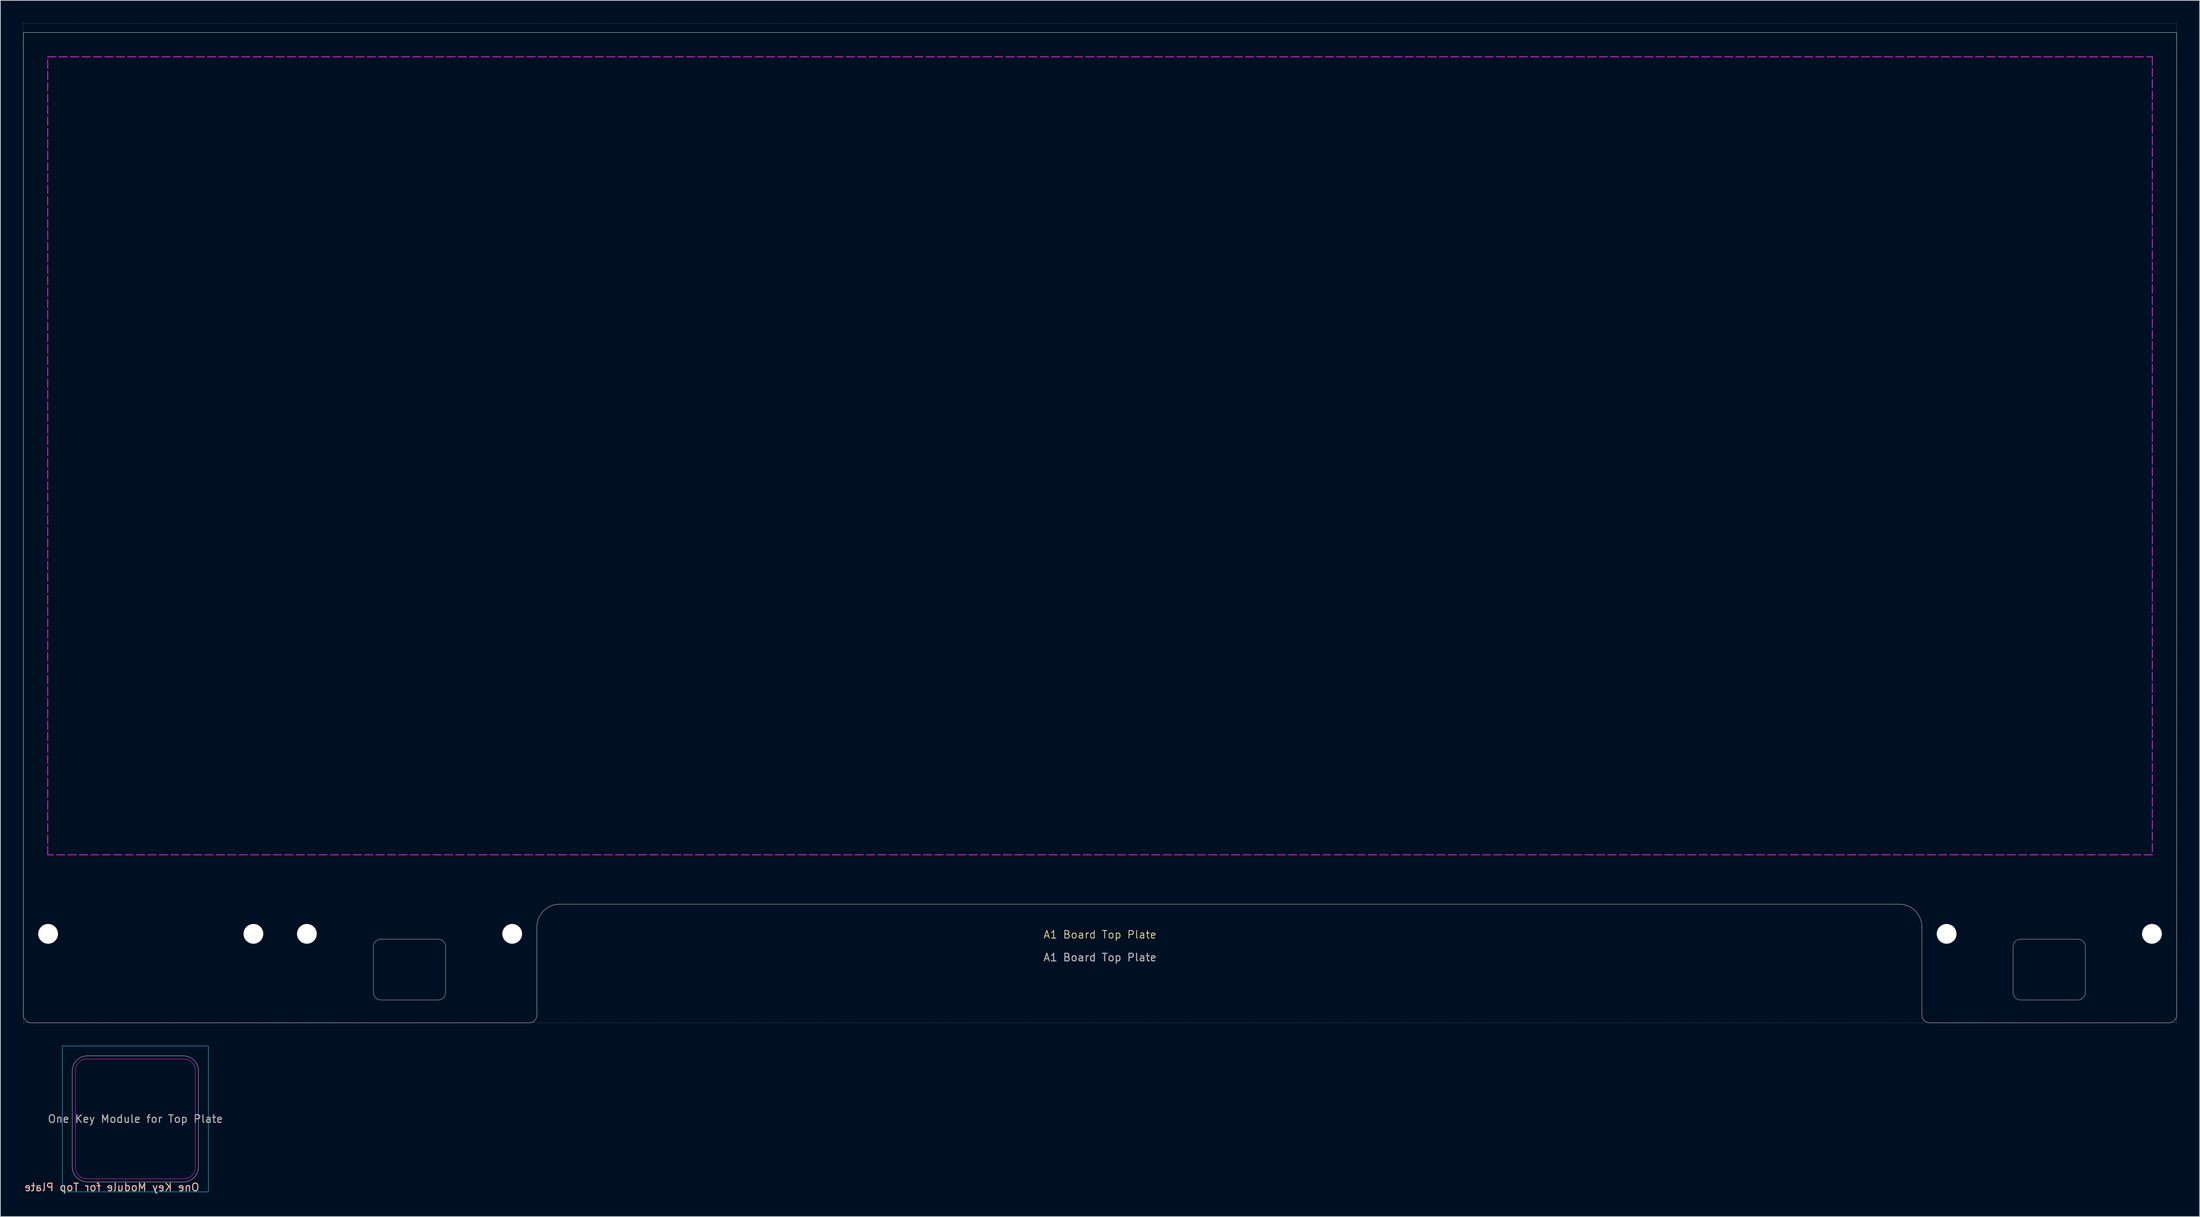
<source format=kicad_pcb>
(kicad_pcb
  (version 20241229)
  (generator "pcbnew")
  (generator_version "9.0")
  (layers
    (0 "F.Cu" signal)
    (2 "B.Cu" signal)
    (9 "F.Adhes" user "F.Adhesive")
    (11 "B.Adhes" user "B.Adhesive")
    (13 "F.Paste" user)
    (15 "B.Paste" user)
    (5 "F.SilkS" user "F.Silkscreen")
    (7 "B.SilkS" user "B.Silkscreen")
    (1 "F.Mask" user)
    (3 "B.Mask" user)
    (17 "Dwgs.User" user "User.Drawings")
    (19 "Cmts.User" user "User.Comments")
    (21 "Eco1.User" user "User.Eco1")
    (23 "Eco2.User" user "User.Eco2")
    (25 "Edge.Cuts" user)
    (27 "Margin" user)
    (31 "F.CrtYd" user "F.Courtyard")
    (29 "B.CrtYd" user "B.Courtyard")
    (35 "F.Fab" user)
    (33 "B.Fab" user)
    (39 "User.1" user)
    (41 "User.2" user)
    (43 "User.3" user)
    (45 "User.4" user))
  (footprint "One Key Module for Top Plate"
    (layer "F.Cu")
    (at 14.75 144.175)
    (property "Reference" "One Key Module for Top Plate" (at 8.5 9 0) (unlocked yes) (layer "B.SilkS") (effects (font (size 1 1) (thickness 0.15)) (justify left mirror)))
    (attr smd)
    (fp_line (start -8.3 6.3) (end -8.3 -6.3) (stroke (width 0.05) (type solid)) (layer "Edge.Cuts"))
    (fp_line (start -6.3 -8.3) (end 6.3 -8.3) (stroke (width 0.05) (type solid)) (layer "Edge.Cuts"))
    (fp_line (start 6.3 8.3) (end -6.3 8.3) (stroke (width 0.05) (type solid)) (layer "Edge.Cuts"))
    (fp_line (start 8.3 -6.3) (end 8.3 6.3) (stroke (width 0.05) (type solid)) (layer "Edge.Cuts"))
    (fp_arc (start -8.3 -6.3) (mid -7.714214 -7.714214) (end -6.3 -8.3) (stroke (width 0.05) (type solid)) (layer "Edge.Cuts"))
    (fp_arc (start -6.3 8.3) (mid -7.714214 7.714214) (end -8.3 6.3) (stroke (width 0.05) (type solid)) (layer "Edge.Cuts"))
    (fp_arc (start 6.3 -8.3) (mid 7.714208 -7.71422) (end 8.3 -6.300017) (stroke (width 0.05) (type solid)) (layer "Edge.Cuts"))
    (fp_arc (start 8.3 6.3) (mid 7.714214 7.714214) (end 6.3 8.3) (stroke (width 0.05) (type solid)) (layer "Edge.Cuts"))
    (fp_rect (start -9.6 -9.6) (end 9.6 9.6) (stroke (width 0.05) (type solid)) (fill no) (layer "B.CrtYd"))
    (fp_line (start -7.88 6.38) (end -7.88 -6.38) (stroke (width 0.05) (type solid)) (layer "F.CrtYd"))
    (fp_line (start -6.38 -7.88) (end 6.38 -7.88) (stroke (width 0.05) (type solid)) (layer "F.CrtYd"))
    (fp_line (start 6.38 7.88) (end -6.38 7.88) (stroke (width 0.05) (type solid)) (layer "F.CrtYd"))
    (fp_line (start 7.88 -6.38) (end 7.88 6.38) (stroke (width 0.05) (type solid)) (layer "F.CrtYd"))
    (fp_arc (start -7.88 -6.38) (mid -7.440663 -7.440657) (end -6.380008 -7.88) (stroke (width 0.05) (type solid)) (layer "F.CrtYd"))
    (fp_arc (start -6.38 7.88) (mid -7.440657 7.440663) (end -7.88 6.380008) (stroke (width 0.05) (type solid)) (layer "F.CrtYd"))
    (fp_arc (start 6.38 -7.88) (mid 7.440657 -7.440663) (end 7.88 -6.380008) (stroke (width 0.05) (type solid)) (layer "F.CrtYd"))
    (fp_arc (start 7.88 6.38) (mid 7.44066 7.44066) (end 6.38 7.88) (stroke (width 0.05) (type solid)) (layer "F.CrtYd"))
    (fp_text user "${REFERENCE}" (at 0 0 0) (unlocked yes) (layer "F.Fab") (effects (font (size 1 1) (thickness 0.15)))))
  (footprint "A1 Board Top Plate"
    (layer "F.Cu")
    (at 141.605 56.925)
    (property "Reference" "A1 Board Top Plate" (at 0 63 0) (unlocked yes) (layer "F.SilkS") (effects (font (size 1 1) (thickness 0.1))))
    (attr smd)
    (fp_line (start -95.55 70.6) (end -95.55 64.6) (stroke (width 0.05) (type solid)) (layer "Dwgs.User"))
    (fp_line (start -94.55 63.6) (end -87.05 63.6) (stroke (width 0.05) (type solid)) (layer "Dwgs.User"))
    (fp_line (start -87.05 71.6) (end -94.55 71.6) (stroke (width 0.05) (type solid)) (layer "Dwgs.User"))
    (fp_line (start -86.05 64.6) (end -86.05 70.6) (stroke (width 0.05) (type solid)) (layer "Dwgs.User"))
    (fp_line (start 120.08 70.6) (end 120.08 64.6) (stroke (width 0.05) (type solid)) (layer "Dwgs.User"))
    (fp_line (start 121.08 63.6) (end 128.58 63.6) (stroke (width 0.05) (type solid)) (layer "Dwgs.User"))
    (fp_line (start 128.58 71.6) (end 121.08 71.6) (stroke (width 0.05) (type solid)) (layer "Dwgs.User"))
    (fp_line (start 129.58 64.6) (end 129.58 70.6) (stroke (width 0.05) (type solid)) (layer "Dwgs.User"))
    (fp_rect (start -141.58 -56.9) (end 141.58 74.6) (stroke (width 0.05) (type dot)) (fill no) (layer "Dwgs.User"))
    (fp_arc (start -95.55 64.6) (mid -95.257107 63.892893) (end -94.55 63.6) (stroke (width 0.05) (type default)) (layer "Dwgs.User"))
    (fp_arc (start -94.55 71.6) (mid -95.257107 71.307107) (end -95.55 70.6) (stroke (width 0.05) (type default)) (layer "Dwgs.User"))
    (fp_arc (start -87.05 63.6) (mid -86.342893 63.892893) (end -86.05 64.6) (stroke (width 0.05) (type default)) (layer "Dwgs.User"))
    (fp_arc (start -86.05 70.6) (mid -86.342893 71.307107) (end -87.05 71.6) (stroke (width 0.05) (type default)) (layer "Dwgs.User"))
    (fp_arc (start 120.08 64.6) (mid 120.372893 63.892893) (end 121.08 63.6) (stroke (width 0.05) (type default)) (layer "Dwgs.User"))
    (fp_arc (start 121.08 71.6) (mid 120.372893 71.307107) (end 120.08 70.6) (stroke (width 0.05) (type default)) (layer "Dwgs.User"))
    (fp_arc (start 128.58 63.6) (mid 129.287107 63.892893) (end 129.58 64.6) (stroke (width 0.05) (type default)) (layer "Dwgs.User"))
    (fp_arc (start 129.58 70.6) (mid 129.287107 71.307107) (end 128.58 71.6) (stroke (width 0.05) (type default)) (layer "Dwgs.User"))
    (fp_line (start -141.58 -55.7) (end -141.58 73.6) (stroke (width 0.05) (type solid)) (layer "Edge.Cuts"))
    (fp_line (start -140.58 74.6) (end -75.05 74.6) (stroke (width 0.05) (type solid)) (layer "Edge.Cuts"))
    (fp_line (start -74.05 73.6) (end -74.05 62) (stroke (width 0.05) (type solid)) (layer "Edge.Cuts"))
    (fp_line (start -71.05 59) (end 105.08 59) (stroke (width 0.05) (type solid)) (layer "Edge.Cuts"))
    (fp_line (start 108.08 62) (end 108.08 73.6) (stroke (width 0.05) (type solid)) (layer "Edge.Cuts"))
    (fp_line (start 109.08 74.6) (end 140.58 74.6) (stroke (width 0.05) (type solid)) (layer "Edge.Cuts"))
    (fp_line (start 141.58 -55.7) (end -141.58 -55.7) (stroke (width 0.05) (type solid)) (layer "Edge.Cuts"))
    (fp_line (start 141.58 73.6) (end 141.58 -55.7) (stroke (width 0.05) (type solid)) (layer "Edge.Cuts"))
    (fp_arc (start -140.58 74.6) (mid -141.287107 74.307107) (end -141.58 73.6) (stroke (width 0.05) (type solid)) (layer "Edge.Cuts"))
    (fp_arc (start -74.05 62) (mid -73.17132 59.878679) (end -71.049999 58.999999) (stroke (width 0.05) (type solid)) (layer "Edge.Cuts"))
    (fp_arc (start -74.05 73.6) (mid -74.342893 74.307107) (end -75.05 74.6) (stroke (width 0.05) (type solid)) (layer "Edge.Cuts"))
    (fp_arc (start 105.08 59) (mid 107.20132 59.87868) (end 108.08 62) (stroke (width 0.05) (type solid)) (layer "Edge.Cuts"))
    (fp_arc (start 109.08 74.6) (mid 108.372893 74.307107) (end 108.08 73.6) (stroke (width 0.05) (type solid)) (layer "Edge.Cuts"))
    (fp_arc (start 141.58 73.6) (mid 141.287107 74.307107) (end 140.58 74.6) (stroke (width 0.05) (type solid)) (layer "Edge.Cuts"))
    (fp_rect (start -138.38 -52.5) (end 138.38 52.5) (stroke (width 0.1) (type dash)) (fill no) (layer "F.CrtYd"))
    (fp_text user "${REFERENCE}" (at 0 66 0) (unlocked yes) (layer "F.Fab") (effects (font (size 1 1) (thickness 0.15))))
    (pad "" np_thru_hole circle (at -138.33 62.9) (size 2.6 2.6) (drill 2.6) (layers "*.Cu" "*.Mask"))
    (pad "" np_thru_hole circle (at -111.33 62.9) (size 2.6 2.6) (drill 2.6) (layers "*.Cu" "*.Mask"))
    (pad "" np_thru_hole circle (at -104.3 62.9) (size 2.6 2.6) (drill 2.6) (layers "*.Cu" "*.Mask"))
    (pad "" np_thru_hole circle (at -77.3 62.9) (size 2.6 2.6) (drill 2.6) (layers "*.Cu" "*.Mask"))
    (pad "" np_thru_hole circle (at 111.33 62.9) (size 2.6 2.6) (drill 2.6) (layers "*.Cu" "*.Mask"))
    (pad "" np_thru_hole circle (at 138.33 62.9) (size 2.6 2.6) (drill 2.6) (layers "*.Cu" "*.Mask")))
  (gr_rect
    (start -3 -3)
    (end 286.21 157.023)
    (stroke (width 0.1) (type default))
    (fill no)
    (layer "Edge.Cuts")))
</source>
